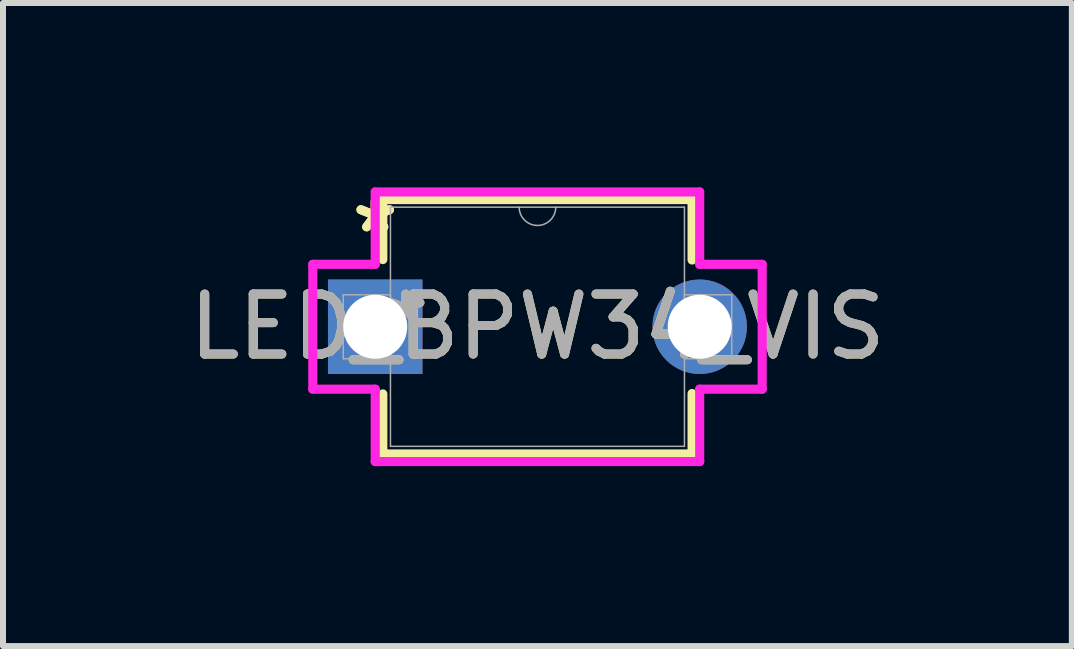
<source format=kicad_pcb>
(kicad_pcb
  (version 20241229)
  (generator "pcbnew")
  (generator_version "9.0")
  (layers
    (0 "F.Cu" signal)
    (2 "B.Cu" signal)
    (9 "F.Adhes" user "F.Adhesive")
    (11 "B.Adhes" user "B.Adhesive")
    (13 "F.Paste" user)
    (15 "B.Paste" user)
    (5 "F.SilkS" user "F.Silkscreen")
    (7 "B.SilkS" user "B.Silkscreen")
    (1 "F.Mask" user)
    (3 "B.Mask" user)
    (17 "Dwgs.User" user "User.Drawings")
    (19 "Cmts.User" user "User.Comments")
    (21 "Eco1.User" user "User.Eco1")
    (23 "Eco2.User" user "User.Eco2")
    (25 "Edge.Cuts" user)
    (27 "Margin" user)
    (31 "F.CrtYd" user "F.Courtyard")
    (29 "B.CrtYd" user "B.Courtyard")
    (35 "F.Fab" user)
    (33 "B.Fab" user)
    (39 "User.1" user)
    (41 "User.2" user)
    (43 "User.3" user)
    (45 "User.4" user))
  (footprint "LED_BPW34_VIS"
    (layer "F.Cu")
    (at 3.206 2.398)
    (property "Reference" "LED_BPW34_VIS" (at 2.705 0 0) (unlocked yes) (layer "F.SilkS") (effects (font (size 1 1) (thickness 0.15))))
    (attr through_hole)
    (fp_line (start 0.127 -2.121) (end 0.127 -1.12) (stroke (width 0.152) (type solid)) (layer "F.SilkS"))
    (fp_line (start 0.127 1.12) (end 0.127 2.121) (stroke (width 0.152) (type solid)) (layer "F.SilkS"))
    (fp_line (start 0.127 2.121) (end 5.283 2.121) (stroke (width 0.152) (type solid)) (layer "F.SilkS"))
    (fp_line (start 5.283 -2.121) (end 0.127 -2.121) (stroke (width 0.152) (type solid)) (layer "F.SilkS"))
    (fp_line (start 5.283 -1.113) (end 5.283 -2.121) (stroke (width 0.152) (type solid)) (layer "F.SilkS"))
    (fp_line (start 5.283 2.121) (end 5.283 1.113) (stroke (width 0.152) (type solid)) (layer "F.SilkS"))
    (fp_line (start -1.041 -1.041) (end 0 -1.041) (stroke (width 0.152) (type solid)) (layer "F.CrtYd"))
    (fp_line (start -1.041 1.041) (end -1.041 -1.041) (stroke (width 0.152) (type solid)) (layer "F.CrtYd"))
    (fp_line (start 0 -2.248) (end 5.41 -2.248) (stroke (width 0.152) (type solid)) (layer "F.CrtYd"))
    (fp_line (start 0 -1.041) (end 0 -2.248) (stroke (width 0.152) (type solid)) (layer "F.CrtYd"))
    (fp_line (start 0 1.041) (end -1.041 1.041) (stroke (width 0.152) (type solid)) (layer "F.CrtYd"))
    (fp_line (start 0 2.248) (end 0 1.041) (stroke (width 0.152) (type solid)) (layer "F.CrtYd"))
    (fp_line (start 5.41 -2.248) (end 5.41 -1.041) (stroke (width 0.152) (type solid)) (layer "F.CrtYd"))
    (fp_line (start 5.41 1.041) (end 5.41 2.248) (stroke (width 0.152) (type solid)) (layer "F.CrtYd"))
    (fp_line (start 5.41 2.248) (end 0 2.248) (stroke (width 0.152) (type solid)) (layer "F.CrtYd"))
    (fp_line (start 6.452 -1.041) (end 5.41 -1.041) (stroke (width 0.152) (type solid)) (layer "F.CrtYd"))
    (fp_line (start 6.452 -1.041) (end 6.452 1.041) (stroke (width 0.152) (type solid)) (layer "F.CrtYd"))
    (fp_line (start 6.452 1.041) (end 5.41 1.041) (stroke (width 0.152) (type solid)) (layer "F.CrtYd"))
    (fp_line (start -0.533 -0.533) (end -0.533 0.533) (stroke (width 0.025) (type solid)) (layer "F.Fab"))
    (fp_line (start -0.533 0.533) (end 0.254 0.533) (stroke (width 0.025) (type solid)) (layer "F.Fab"))
    (fp_line (start 0.254 -1.994) (end 0.254 1.994) (stroke (width 0.025) (type solid)) (layer "F.Fab"))
    (fp_line (start 0.254 -0.533) (end -0.533 -0.533) (stroke (width 0.025) (type solid)) (layer "F.Fab"))
    (fp_line (start 0.254 0.533) (end 0.254 -0.533) (stroke (width 0.025) (type solid)) (layer "F.Fab"))
    (fp_line (start 0.254 1.994) (end 5.156 1.994) (stroke (width 0.025) (type solid)) (layer "F.Fab"))
    (fp_line (start 5.156 -1.994) (end 0.254 -1.994) (stroke (width 0.025) (type solid)) (layer "F.Fab"))
    (fp_line (start 5.156 -0.533) (end 5.156 0.533) (stroke (width 0.025) (type solid)) (layer "F.Fab"))
    (fp_line (start 5.156 0.533) (end 5.944 0.533) (stroke (width 0.025) (type solid)) (layer "F.Fab"))
    (fp_line (start 5.156 1.994) (end 5.156 -1.994) (stroke (width 0.025) (type solid)) (layer "F.Fab"))
    (fp_line (start 5.944 -0.533) (end 5.156 -0.533) (stroke (width 0.025) (type solid)) (layer "F.Fab"))
    (fp_line (start 5.944 0.533) (end 5.944 -0.533) (stroke (width 0.025) (type solid)) (layer "F.Fab"))
    (fp_arc (start 3.0099 -1.9939) (mid 2.7051 -1.6891) (end 2.4003 -1.9939) (stroke (width 0.0254) (type solid)) (layer "F.Fab"))
    (fp_text user "*" (at 0 -1.549 0) (unlocked yes) (layer "F.SilkS") (effects (font (size 1 1) (thickness 0.15))))
    (fp_text user "*" (at 0 -1.549 0) (layer "F.SilkS") (effects (font (size 1 1) (thickness 0.15))))
    (fp_text user "*" (at 0.508 0 0) (layer "F.Fab") (effects (font (size 1 1) (thickness 0.15))))
    (fp_text user "*" (at 0.508 0 0) (unlocked yes) (layer "F.Fab") (effects (font (size 1 1) (thickness 0.15))))
    (fp_text user "${REFERENCE}" (at 2.705 0 0) (unlocked yes) (layer "F.Fab") (effects (font (size 1 1) (thickness 0.15))))
    (pad "1" thru_hole rect (at 0 0) (size 1.575 1.575) (drill 1.067) (layers "*.Cu" "*.Mask"))
    (pad "2" thru_hole circle (at 5.41 0) (size 1.575 1.575) (drill 1.067) (layers "*.Cu" "*.Mask")))
  (gr_rect
    (start -3 -3)
    (end 14.821 7.722)
    (stroke (width 0.1) (type default))
    (fill no)
    (layer "Edge.Cuts")))
</source>
